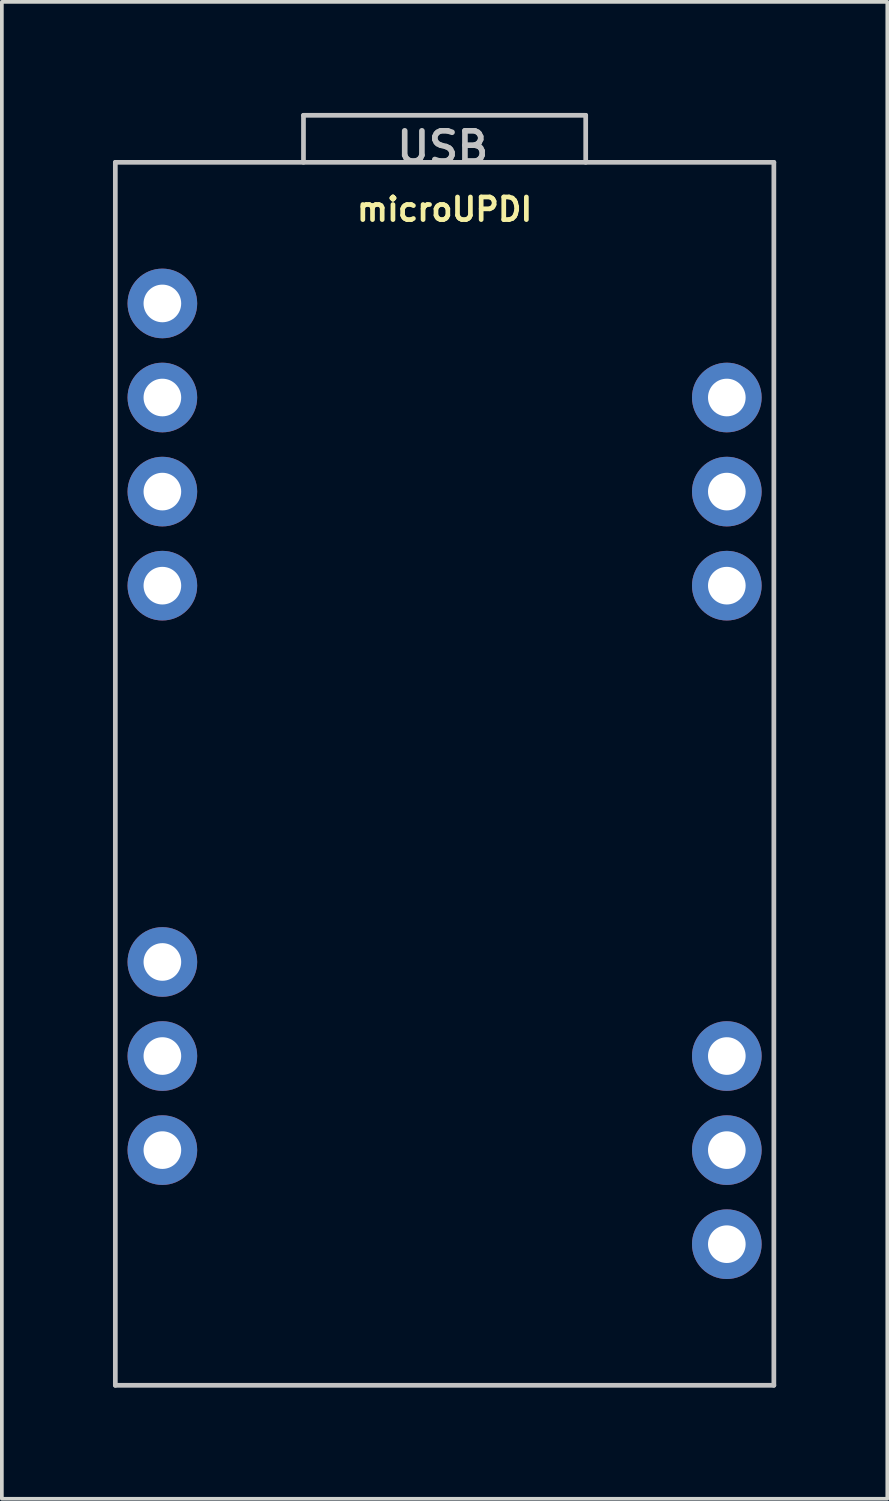
<source format=kicad_pcb>
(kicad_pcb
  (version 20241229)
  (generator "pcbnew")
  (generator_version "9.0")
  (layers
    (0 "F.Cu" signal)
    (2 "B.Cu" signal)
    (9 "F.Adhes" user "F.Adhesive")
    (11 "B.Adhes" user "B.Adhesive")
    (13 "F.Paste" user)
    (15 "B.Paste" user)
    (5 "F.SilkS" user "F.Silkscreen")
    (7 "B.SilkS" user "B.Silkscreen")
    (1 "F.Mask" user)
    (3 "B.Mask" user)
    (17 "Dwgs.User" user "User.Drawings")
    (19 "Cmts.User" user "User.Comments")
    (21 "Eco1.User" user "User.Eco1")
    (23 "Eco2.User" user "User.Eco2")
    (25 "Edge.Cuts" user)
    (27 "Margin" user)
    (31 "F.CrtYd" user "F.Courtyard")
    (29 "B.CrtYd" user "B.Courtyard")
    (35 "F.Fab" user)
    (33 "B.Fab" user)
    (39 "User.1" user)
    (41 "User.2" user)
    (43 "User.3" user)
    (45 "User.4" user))
  (footprint "microUPDI"
    (layer "F.Cu")
    (at 8.954 17.843)
    (property "Reference" "microUPDI" (at 0 -15.24 0) (layer "F.SilkS") (effects (font (size 0.61 0.61) (thickness 0.127))))
    (attr exclude_from_pos_files exclude_from_bom)
    (fp_line (start -8.89 -16.51) (end -8.89 16.51) (stroke (width 0.127) (type solid)) (layer "Dwgs.User"))
    (fp_line (start -8.89 16.51) (end 8.89 16.51) (stroke (width 0.127) (type solid)) (layer "Dwgs.User"))
    (fp_line (start -3.81 -17.78) (end 3.81 -17.78) (stroke (width 0.127) (type solid)) (layer "Dwgs.User"))
    (fp_line (start -3.81 -16.51) (end -3.81 -17.78) (stroke (width 0.127) (type solid)) (layer "Dwgs.User"))
    (fp_line (start 3.81 -17.78) (end 3.81 -16.51) (stroke (width 0.127) (type solid)) (layer "Dwgs.User"))
    (fp_line (start 8.89 -16.51) (end -8.89 -16.51) (stroke (width 0.127) (type solid)) (layer "Dwgs.User"))
    (fp_line (start 8.89 16.51) (end 8.89 -16.51) (stroke (width 0.127) (type solid)) (layer "Dwgs.User"))
    (fp_text user "USB" (at -0.051 -16.916 0) (layer "Dwgs.User") (effects (font (size 0.813 0.813) (thickness 0.152))))
    (pad "1" thru_hole circle (at -7.62 -12.7) (size 1.88 1.88) (drill 1.016) (layers "*.Cu" "*.Mask"))
    (pad "2" thru_hole circle (at -7.62 -10.16) (size 1.88 1.88) (drill 1.016) (layers "*.Cu" "*.Mask"))
    (pad "3" thru_hole circle (at -7.62 -7.62) (size 1.88 1.88) (drill 1.016) (layers "*.Cu" "*.Mask"))
    (pad "4" thru_hole circle (at -7.62 -5.08) (size 1.88 1.88) (drill 1.016) (layers "*.Cu" "*.Mask"))
    (pad "8" thru_hole circle (at -7.62 5.08) (size 1.88 1.88) (drill 1.016) (layers "*.Cu" "*.Mask"))
    (pad "9" thru_hole circle (at -7.62 7.62) (size 1.88 1.88) (drill 1.016) (layers "*.Cu" "*.Mask"))
    (pad "10" thru_hole circle (at -7.62 10.16) (size 1.88 1.88) (drill 1.016) (layers "*.Cu" "*.Mask"))
    (pad "14" thru_hole circle (at 7.62 12.7) (size 1.88 1.88) (drill 1.016) (layers "*.Cu" "*.Mask"))
    (pad "15" thru_hole circle (at 7.62 10.16) (size 1.88 1.88) (drill 1.016) (layers "*.Cu" "*.Mask"))
    (pad "16" thru_hole circle (at 7.62 7.62) (size 1.88 1.88) (drill 1.016) (layers "*.Cu" "*.Mask"))
    (pad "21" thru_hole circle (at 7.62 -5.08) (size 1.88 1.88) (drill 1.016) (layers "*.Cu" "*.Mask"))
    (pad "22" thru_hole circle (at 7.62 -7.62) (size 1.88 1.88) (drill 1.016) (layers "*.Cu" "*.Mask"))
    (pad "23" thru_hole circle (at 7.62 -10.16) (size 1.88 1.88) (drill 1.016) (layers "*.Cu" "*.Mask")))
  (gr_rect
    (start -3 -3)
    (end 20.907 37.417)
    (stroke (width 0.1) (type default))
    (fill no)
    (layer "Edge.Cuts")))
</source>
